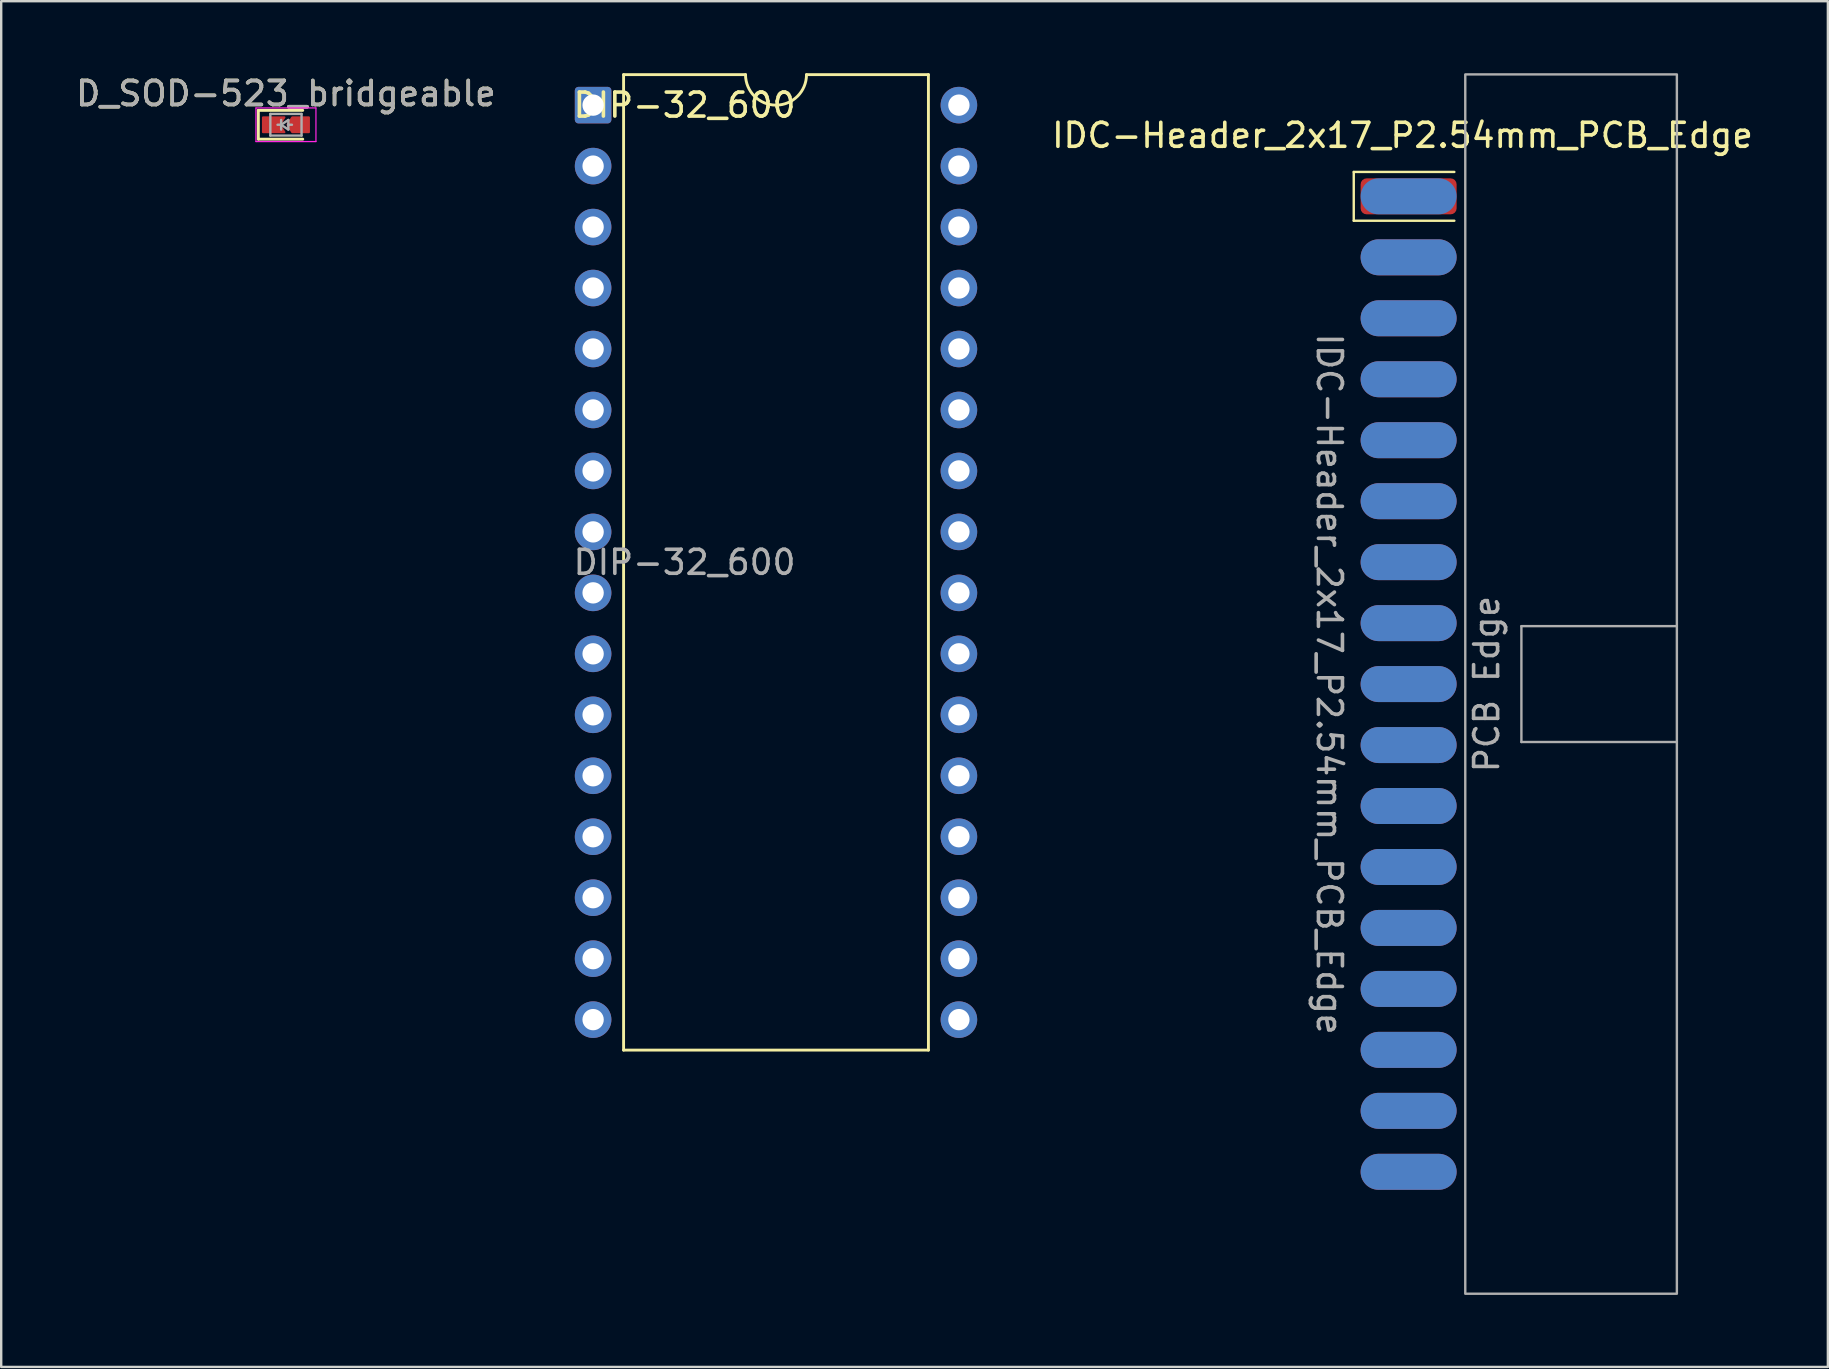
<source format=kicad_pcb>
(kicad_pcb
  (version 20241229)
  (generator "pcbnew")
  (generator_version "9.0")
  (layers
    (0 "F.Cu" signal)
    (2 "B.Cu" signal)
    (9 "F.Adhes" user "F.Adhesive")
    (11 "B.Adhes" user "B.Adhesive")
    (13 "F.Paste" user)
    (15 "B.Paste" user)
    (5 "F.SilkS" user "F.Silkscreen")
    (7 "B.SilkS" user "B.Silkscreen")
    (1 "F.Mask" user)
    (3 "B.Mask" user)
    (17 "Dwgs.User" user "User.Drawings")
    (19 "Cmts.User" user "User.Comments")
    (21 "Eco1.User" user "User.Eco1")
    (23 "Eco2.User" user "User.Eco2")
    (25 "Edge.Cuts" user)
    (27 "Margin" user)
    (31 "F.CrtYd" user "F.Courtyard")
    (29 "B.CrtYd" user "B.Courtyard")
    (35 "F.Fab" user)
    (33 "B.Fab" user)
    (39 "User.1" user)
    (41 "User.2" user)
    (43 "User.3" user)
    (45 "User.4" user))
  (footprint "DIP-32_600"
    (layer "F.Cu")
    (at 29.28 20.38)
    (property "Reference" "DIP-32_600" (at -3.81 -19.05 0) (layer "F.SilkS") (effects (font (size 1 1) (thickness 0.15))))
    (attr through_hole)
    (fp_line (start -6.35 -20.32) (end -6.35 20.32) (stroke (width 0.12) (type solid)) (layer "F.SilkS"))
    (fp_line (start -6.35 20.32) (end 6.35 20.32) (stroke (width 0.12) (type solid)) (layer "F.SilkS"))
    (fp_line (start -1.27 -20.32) (end -6.35 -20.32) (stroke (width 0.12) (type solid)) (layer "F.SilkS"))
    (fp_line (start 6.35 -20.32) (end 1.27 -20.32) (stroke (width 0.12) (type solid)) (layer "F.SilkS"))
    (fp_line (start 6.35 20.32) (end 6.35 -20.32) (stroke (width 0.12) (type solid)) (layer "F.SilkS"))
    (fp_arc (start 1.27 -20.32) (mid 0 -19.05) (end -1.27 -20.32) (stroke (width 0.12) (type solid)) (layer "F.SilkS"))
    (fp_text user "${REFERENCE}" (at -3.81 0 0) (layer "F.Fab") (effects (font (size 1 1) (thickness 0.15))))
    (pad "1" thru_hole roundrect (at -7.62 -19.05) (size 1.524 1.524) (drill 0.889) (layers "*.Cu" "*.Mask") (roundrect_rratio 0.1))
    (pad "2" thru_hole circle (at -7.62 -16.51) (size 1.524 1.524) (drill 0.889) (layers "*.Cu" "*.Mask"))
    (pad "3" thru_hole circle (at -7.62 -13.97) (size 1.524 1.524) (drill 0.889) (layers "*.Cu" "*.Mask"))
    (pad "4" thru_hole circle (at -7.62 -11.43) (size 1.524 1.524) (drill 0.889) (layers "*.Cu" "*.Mask"))
    (pad "5" thru_hole circle (at -7.62 -8.89) (size 1.524 1.524) (drill 0.889) (layers "*.Cu" "*.Mask"))
    (pad "6" thru_hole circle (at -7.62 -6.35) (size 1.524 1.524) (drill 0.889) (layers "*.Cu" "*.Mask"))
    (pad "7" thru_hole circle (at -7.62 -3.81) (size 1.524 1.524) (drill 0.889) (layers "*.Cu" "*.Mask"))
    (pad "8" thru_hole circle (at -7.62 -1.27) (size 1.524 1.524) (drill 0.889) (layers "*.Cu" "*.Mask"))
    (pad "9" thru_hole circle (at -7.62 1.27) (size 1.524 1.524) (drill 0.889) (layers "*.Cu" "*.Mask"))
    (pad "10" thru_hole circle (at -7.62 3.81) (size 1.524 1.524) (drill 0.889) (layers "*.Cu" "*.Mask"))
    (pad "11" thru_hole circle (at -7.62 6.35) (size 1.524 1.524) (drill 0.889) (layers "*.Cu" "*.Mask"))
    (pad "12" thru_hole circle (at -7.62 8.89) (size 1.524 1.524) (drill 0.889) (layers "*.Cu" "*.Mask"))
    (pad "13" thru_hole circle (at -7.62 11.43) (size 1.524 1.524) (drill 0.889) (layers "*.Cu" "*.Mask"))
    (pad "14" thru_hole circle (at -7.62 13.97) (size 1.524 1.524) (drill 0.889) (layers "*.Cu" "*.Mask"))
    (pad "15" thru_hole circle (at -7.62 16.51) (size 1.524 1.524) (drill 0.889) (layers "*.Cu" "*.Mask"))
    (pad "16" thru_hole circle (at -7.62 19.05) (size 1.524 1.524) (drill 0.889) (layers "*.Cu" "*.Mask"))
    (pad "17" thru_hole circle (at 7.62 19.05) (size 1.524 1.524) (drill 0.889) (layers "*.Cu" "*.Mask"))
    (pad "18" thru_hole circle (at 7.62 16.51) (size 1.524 1.524) (drill 0.889) (layers "*.Cu" "*.Mask"))
    (pad "19" thru_hole circle (at 7.62 13.97) (size 1.524 1.524) (drill 0.889) (layers "*.Cu" "*.Mask"))
    (pad "20" thru_hole circle (at 7.62 11.43) (size 1.524 1.524) (drill 0.889) (layers "*.Cu" "*.Mask"))
    (pad "21" thru_hole circle (at 7.62 8.89) (size 1.524 1.524) (drill 0.889) (layers "*.Cu" "*.Mask"))
    (pad "22" thru_hole circle (at 7.62 6.35) (size 1.524 1.524) (drill 0.889) (layers "*.Cu" "*.Mask"))
    (pad "23" thru_hole circle (at 7.62 3.81) (size 1.524 1.524) (drill 0.889) (layers "*.Cu" "*.Mask"))
    (pad "24" thru_hole circle (at 7.62 1.27) (size 1.524 1.524) (drill 0.889) (layers "*.Cu" "*.Mask"))
    (pad "25" thru_hole circle (at 7.62 -1.27) (size 1.524 1.524) (drill 0.889) (layers "*.Cu" "*.Mask"))
    (pad "26" thru_hole circle (at 7.62 -3.81) (size 1.524 1.524) (drill 0.889) (layers "*.Cu" "*.Mask"))
    (pad "27" thru_hole circle (at 7.62 -6.35) (size 1.524 1.524) (drill 0.889) (layers "*.Cu" "*.Mask"))
    (pad "28" thru_hole circle (at 7.62 -8.89) (size 1.524 1.524) (drill 0.889) (layers "*.Cu" "*.Mask"))
    (pad "29" thru_hole circle (at 7.62 -11.43) (size 1.524 1.524) (drill 0.889) (layers "*.Cu" "*.Mask"))
    (pad "30" thru_hole circle (at 7.62 -13.97) (size 1.524 1.524) (drill 0.889) (layers "*.Cu" "*.Mask"))
    (pad "31" thru_hole circle (at 7.62 -16.51) (size 1.524 1.524) (drill 0.889) (layers "*.Cu" "*.Mask"))
    (pad "32" thru_hole circle (at 7.62 -19.05) (size 1.524 1.524) (drill 0.889) (layers "*.Cu" "*.Mask")))
  (footprint "IDC-Header_2x17_P2.54mm_PCB_Edge"
    (layer "F.Cu")
    (at 57.922 25.45)
    (property "Reference" "IDC-Header_2x17_P2.54mm_PCB_Edge" (at -2.54 -22.86 0) (layer "F.SilkS") (effects (font (size 1 1) (thickness 0.15))))
    (attr through_hole)
    (fp_line (start -4.572 -21.336) (end -0.381 -21.336) (stroke (width 0.1) (type default)) (layer "F.SilkS"))
    (fp_line (start -4.572 -19.304) (end -4.572 -21.336) (stroke (width 0.1) (type default)) (layer "F.SilkS"))
    (fp_line (start -0.381 -19.304) (end -4.572 -19.304) (stroke (width 0.1) (type default)) (layer "F.SilkS"))
    (fp_line (start 2.413 -2.413) (end 2.413 2.413) (stroke (width 0.1) (type default)) (layer "F.Fab"))
    (fp_line (start 2.413 2.413) (end 8.89 2.413) (stroke (width 0.1) (type default)) (layer "F.Fab"))
    (fp_line (start 8.89 -2.413) (end 2.413 -2.413) (stroke (width 0.1) (type default)) (layer "F.Fab"))
    (fp_rect (start 0.074 -25.4) (end 8.89 25.4) (stroke (width 0.1) (type default)) (fill no) (layer "F.Fab"))
    (fp_text user "PCB Edge" (at 0.381 0 90) (unlocked yes) (layer "F.Fab") (effects (font (size 1 1) (thickness 0.15)) (justify top)))
    (fp_text user "${REFERENCE}" (at -5.588 0 270) (unlocked yes) (layer "F.Fab") (effects (font (size 1 1) (thickness 0.15))))
    (pad "1" smd roundrect (at -2.286 -20.32) (size 4 1.5) (layers "F.Cu" "F.Mask" "F.Paste") (roundrect_rratio 0.167))
    (pad "2" smd oval (at -2.286 -20.32 180) (size 4 1.5) (layers "B.Cu" "B.Mask" "B.Paste"))
    (pad "3" smd oval (at -2.286 -17.78) (size 4 1.5) (layers "F.Cu" "F.Mask" "F.Paste"))
    (pad "4" smd oval (at -2.286 -17.78 180) (size 4 1.5) (layers "B.Cu" "B.Mask" "B.Paste"))
    (pad "5" smd oval (at -2.286 -15.24) (size 4 1.5) (layers "F.Cu" "F.Mask" "F.Paste"))
    (pad "6" smd oval (at -2.286 -15.24 180) (size 4 1.5) (layers "B.Cu" "B.Mask" "B.Paste"))
    (pad "7" smd oval (at -2.286 -12.7) (size 4 1.5) (layers "F.Cu" "F.Mask" "F.Paste"))
    (pad "8" smd oval (at -2.286 -12.7 180) (size 4 1.5) (layers "B.Cu" "B.Mask" "B.Paste"))
    (pad "9" smd oval (at -2.286 -10.16) (size 4 1.5) (layers "F.Cu" "F.Mask" "F.Paste"))
    (pad "10" smd oval (at -2.286 -10.16 180) (size 4 1.5) (layers "B.Cu" "B.Mask" "B.Paste"))
    (pad "11" smd oval (at -2.286 -7.62) (size 4 1.5) (layers "F.Cu" "F.Mask" "F.Paste"))
    (pad "12" smd oval (at -2.286 -7.62 180) (size 4 1.5) (layers "B.Cu" "B.Mask" "B.Paste"))
    (pad "13" smd oval (at -2.286 -5.08) (size 4 1.5) (layers "F.Cu" "F.Mask" "F.Paste"))
    (pad "14" smd oval (at -2.286 -5.08 180) (size 4 1.5) (layers "B.Cu" "B.Mask" "B.Paste"))
    (pad "15" smd oval (at -2.286 -2.54) (size 4 1.5) (layers "F.Cu" "F.Mask" "F.Paste"))
    (pad "16" smd oval (at -2.286 -2.54 180) (size 4 1.5) (layers "B.Cu" "B.Mask" "B.Paste"))
    (pad "17" smd oval (at -2.286 0) (size 4 1.5) (layers "F.Cu" "F.Mask" "F.Paste"))
    (pad "18" smd oval (at -2.286 0.000001 180) (size 4 1.5) (layers "B.Cu" "B.Mask" "B.Paste"))
    (pad "19" smd oval (at -2.286 2.54) (size 4 1.5) (layers "F.Cu" "F.Mask" "F.Paste"))
    (pad "20" smd oval (at -2.286 2.54 180) (size 4 1.5) (layers "B.Cu" "B.Mask" "B.Paste"))
    (pad "21" smd oval (at -2.286 5.08) (size 4 1.5) (layers "F.Cu" "F.Mask" "F.Paste"))
    (pad "22" smd oval (at -2.286 5.08 180) (size 4 1.5) (layers "B.Cu" "B.Mask" "B.Paste"))
    (pad "23" smd oval (at -2.286 7.62) (size 4 1.5) (layers "F.Cu" "F.Mask" "F.Paste"))
    (pad "24" smd oval (at -2.286 7.62 180) (size 4 1.5) (layers "B.Cu" "B.Mask" "B.Paste"))
    (pad "25" smd oval (at -2.286 10.16) (size 4 1.5) (layers "F.Cu" "F.Mask" "F.Paste"))
    (pad "26" smd oval (at -2.286 10.16 180) (size 4 1.5) (layers "B.Cu" "B.Mask" "B.Paste"))
    (pad "27" smd oval (at -2.286 12.7) (size 4 1.5) (layers "F.Cu" "F.Mask" "F.Paste"))
    (pad "28" smd oval (at -2.286 12.7 180) (size 4 1.5) (layers "B.Cu" "B.Mask" "B.Paste"))
    (pad "29" smd oval (at -2.286 15.24) (size 4 1.5) (layers "F.Cu" "F.Mask" "F.Paste"))
    (pad "30" smd oval (at -2.286 15.24 180) (size 4 1.5) (layers "B.Cu" "B.Mask" "B.Paste"))
    (pad "31" smd oval (at -2.286 17.78) (size 4 1.5) (layers "F.Cu" "F.Mask" "F.Paste"))
    (pad "32" smd oval (at -2.286 17.78 180) (size 4 1.5) (layers "B.Cu" "B.Mask" "B.Paste"))
    (pad "33" smd oval (at -2.286 20.32) (size 4 1.5) (layers "F.Cu" "F.Mask" "F.Paste"))
    (pad "34" smd oval (at -2.286 20.32 180) (size 4 1.5) (layers "B.Cu" "B.Mask" "B.Paste")))
  (footprint "D_SOD-523_bridgeable"
    (layer "F.Cu")
    (at 8.863 2.148)
    (property "Reference" "D_SOD-523_bridgeable" (at 0 -1.3 0) (layer "F.SilkS") (effects (font (size 1 1) (thickness 0.15))))
    (attr smd)
    (fp_poly (pts (xy 0.25 0.35) (xy -0.25 0.35) (xy -0.25 -0.35) (xy 0.25 -0.35)) (stroke (width 0.001) (type solid)) (fill yes) (layer "F.Mask"))
    (fp_line (start -1.15 -0.6) (end -1.15 0.6) (stroke (width 0.12) (type solid)) (layer "F.SilkS"))
    (fp_line (start 0.7 -0.6) (end -1.15 -0.6) (stroke (width 0.12) (type solid)) (layer "F.SilkS"))
    (fp_line (start 0.7 0.6) (end -1.15 0.6) (stroke (width 0.12) (type solid)) (layer "F.SilkS"))
    (fp_line (start -1.25 -0.7) (end 1.25 -0.7) (stroke (width 0.05) (type solid)) (layer "F.CrtYd"))
    (fp_line (start -1.25 0.7) (end -1.25 -0.7) (stroke (width 0.05) (type solid)) (layer "F.CrtYd"))
    (fp_line (start 1.25 -0.7) (end 1.25 0.7) (stroke (width 0.05) (type solid)) (layer "F.CrtYd"))
    (fp_line (start 1.25 0.7) (end -1.25 0.7) (stroke (width 0.05) (type solid)) (layer "F.CrtYd"))
    (fp_line (start -0.65 -0.45) (end 0.65 -0.45) (stroke (width 0.1) (type solid)) (layer "F.Fab"))
    (fp_line (start -0.65 0.45) (end -0.65 -0.45) (stroke (width 0.1) (type solid)) (layer "F.Fab"))
    (fp_line (start -0.2 0) (end -0.35 0) (stroke (width 0.1) (type solid)) (layer "F.Fab"))
    (fp_line (start -0.2 0) (end 0.1 0.2) (stroke (width 0.1) (type solid)) (layer "F.Fab"))
    (fp_line (start -0.2 0.2) (end -0.2 -0.2) (stroke (width 0.1) (type solid)) (layer "F.Fab"))
    (fp_line (start 0.1 -0.2) (end -0.2 0) (stroke (width 0.1) (type solid)) (layer "F.Fab"))
    (fp_line (start 0.1 0) (end 0.25 0) (stroke (width 0.1) (type solid)) (layer "F.Fab"))
    (fp_line (start 0.1 0.2) (end 0.1 -0.2) (stroke (width 0.1) (type solid)) (layer "F.Fab"))
    (fp_line (start 0.65 -0.45) (end 0.65 0.45) (stroke (width 0.1) (type solid)) (layer "F.Fab"))
    (fp_line (start 0.65 0.45) (end -0.65 0.45) (stroke (width 0.1) (type solid)) (layer "F.Fab"))
    (fp_text user "${REFERENCE}" (at 0 -1.3 0) (layer "F.Fab") (effects (font (size 1 1) (thickness 0.15))))
    (pad "1" smd custom (at -0.7 0) (size 0.6 0.7) (layers "F.Cu" "F.Mask" "F.Paste") (options (anchor circle)) (primitives (gr_poly (pts (xy 0.44 0) (xy 0.64 0.31) (xy -0.26 0.31) (xy -0.26 -0.31) (xy 0.64 -0.31)) (width 0.08) (fill yes))))
    (pad "2" smd custom (at 0.7 0) (size 0.6 0.7) (layers "F.Cu" "F.Mask" "F.Paste") (options (anchor circle)) (primitives (gr_poly (pts (xy 0.26 0.31) (xy -0.44 0.31) (xy -0.64 0) (xy -0.44 -0.31) (xy 0.26 -0.31)) (width 0.08) (fill yes)))))
  (gr_rect
    (start -3 -3)
    (end 73.103 53.9)
    (stroke (width 0.1) (type default))
    (fill no)
    (layer "Edge.Cuts")))
</source>
